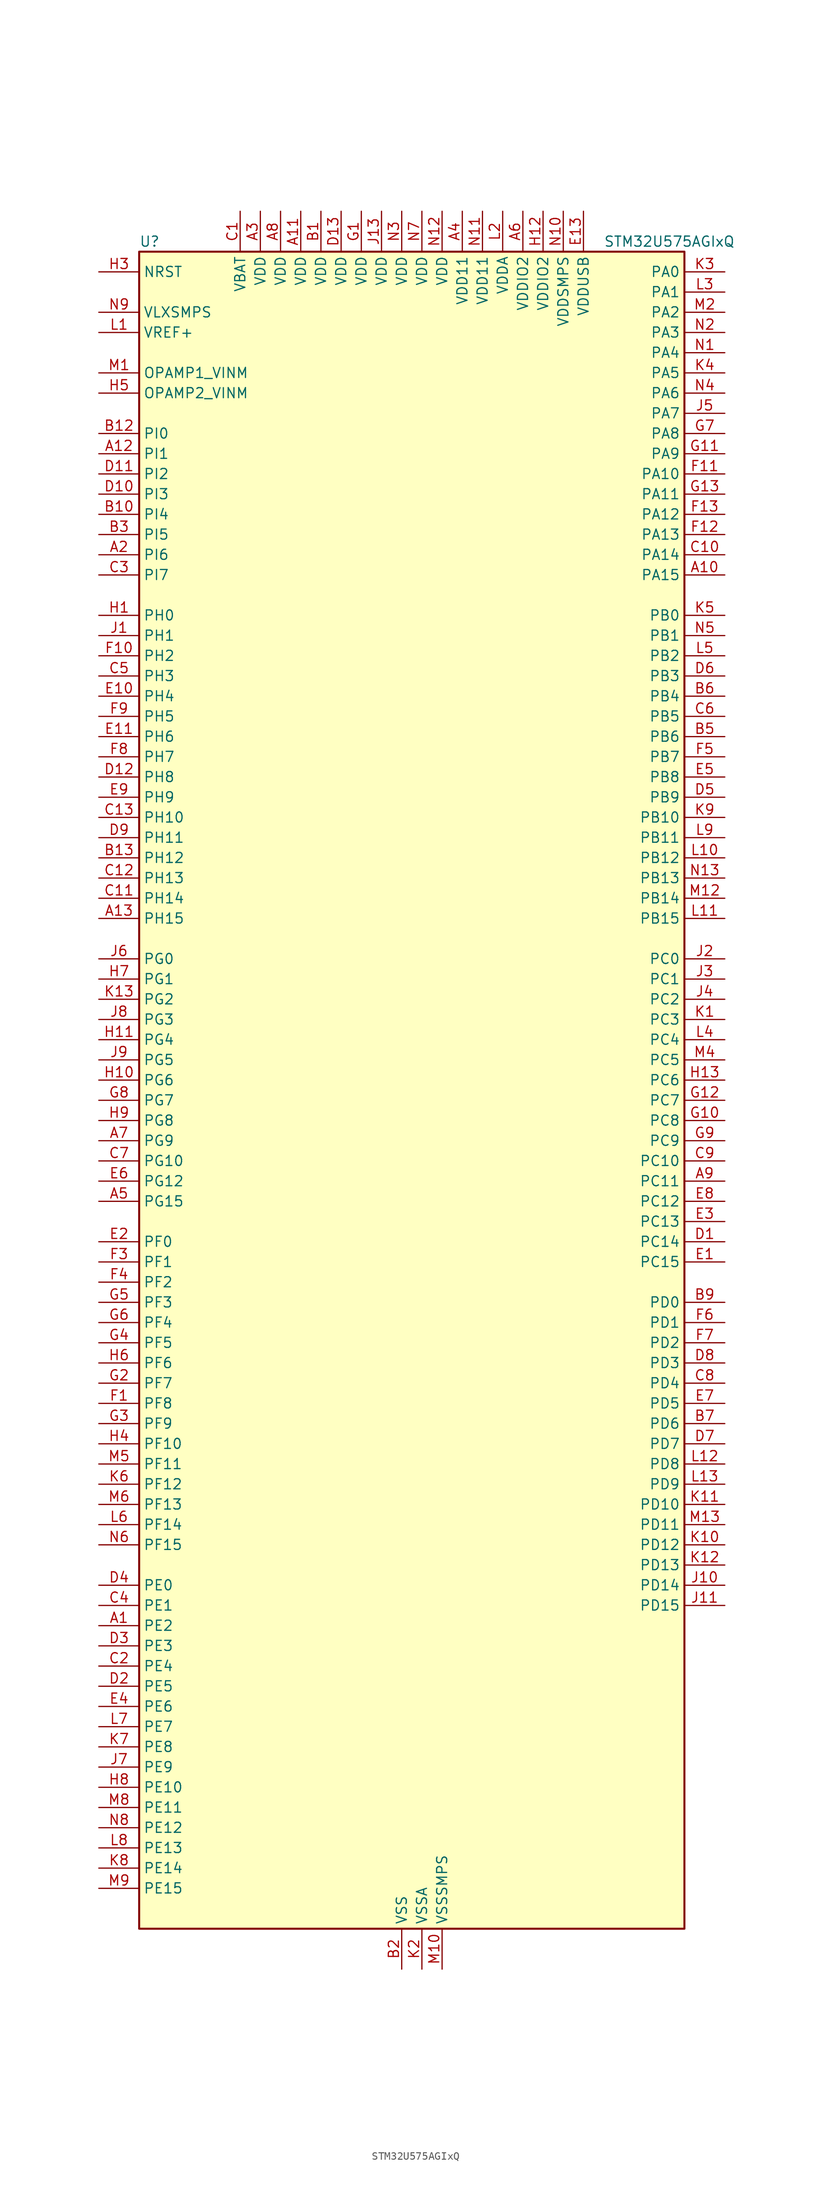
<source format=kicad_sym>
(kicad_symbol_lib
  (version 20220914)
  (generator kicad_symbol_editor)
  (symbol "STM32U575AGIxQ"
    (property "Reference" "U"
      (at -33.02 107.95 0)
      (effects (font (size 1.27 1.27)) (justify left)))
    (property "Value" "STM32U575AGIxQ"
      (at 25.4 107.95 0)
      (effects (font (size 1.27 1.27)) (justify left)))
    (property "ki_locked" ""
      (at 0 0 0)
      (effects (font (size 1.27 1.27))))
    (symbol "STM32U575AGIxQ_0_1"
      (rectangle (start -33.02 -104.14) (end 35.56 106.68) (stroke (width 0.254) (type default)) (fill (type background))))
    (symbol "STM32U575AGIxQ_1_1"
      (pin bidirectional line (at -38.1 -66.04 0) (length 5.08) (name "PE2" (effects (font (size 1.27 1.27)))) (number "A1" (effects (font (size 1.27 1.27)))) (alternate "DEBUG_TRACECLK" bidirectional line) (alternate "FMC_A23" bidirectional line) (alternate "SAI1_CK1" bidirectional line) (alternate "SAI1_MCLK_A" bidirectional line) (alternate "TIM3_ETR" bidirectional line) (alternate "TSC_G7_IO1" bidirectional line))
      (pin bidirectional line (at 40.64 66.04 180) (length 5.08) (name "PA15" (effects (font (size 1.27 1.27)))) (number "A10" (effects (font (size 1.27 1.27)))) (alternate "ADC1_EXTI15" bidirectional line) (alternate "ADC4_EXTI15" bidirectional line) (alternate "DEBUG_JTDI" bidirectional line) (alternate "SAI2_FS_B" bidirectional line) (alternate "SPI1_NSS" bidirectional line) (alternate "SPI3_NSS" bidirectional line) (alternate "TIM2_CH1" bidirectional line) (alternate "TIM2_ETR" bidirectional line) (alternate "UART4_DE" bidirectional line) (alternate "UART4_RTS" bidirectional line) (alternate "UCPD1_CC1" bidirectional line) (alternate "USART2_RX" bidirectional line) (alternate "USART3_DE" bidirectional line) (alternate "USART3_RTS" bidirectional line))
      (pin power_in line (at -12.7 111.76 270) (length 5.08) (name "VDD" (effects (font (size 1.27 1.27)))) (number "A11" (effects (font (size 1.27 1.27)))))
      (pin bidirectional line (at -38.1 81.28 0) (length 5.08) (name "PI1" (effects (font (size 1.27 1.27)))) (number "A12" (effects (font (size 1.27 1.27)))) (alternate "DCMI_D8" bidirectional line) (alternate "OCTOSPIM_P2_IO2" bidirectional line) (alternate "PSSI_D8" bidirectional line) (alternate "SPI2_SCK" bidirectional line))
      (pin bidirectional line (at -38.1 22.86 0) (length 5.08) (name "PH15" (effects (font (size 1.27 1.27)))) (number "A13" (effects (font (size 1.27 1.27)))) (alternate "ADC1_EXTI15" bidirectional line) (alternate "ADC4_EXTI15" bidirectional line) (alternate "DCMI_D11" bidirectional line) (alternate "OCTOSPIM_P2_IO6" bidirectional line) (alternate "PSSI_D11" bidirectional line) (alternate "TIM8_CH3N" bidirectional line))
      (pin bidirectional line (at -38.1 68.58 0) (length 5.08) (name "PI6" (effects (font (size 1.27 1.27)))) (number "A2" (effects (font (size 1.27 1.27)))) (alternate "DCMI_D6" bidirectional line) (alternate "OCTOSPIM_P2_CLK" bidirectional line) (alternate "PSSI_D6" bidirectional line) (alternate "TIM8_CH2" bidirectional line))
      (pin power_in line (at -17.78 111.76 270) (length 5.08) (name "VDD" (effects (font (size 1.27 1.27)))) (number "A3" (effects (font (size 1.27 1.27)))))
      (pin power_in line (at 7.62 111.76 270) (length 5.08) (name "VDD11" (effects (font (size 1.27 1.27)))) (number "A4" (effects (font (size 1.27 1.27)))))
      (pin bidirectional line (at -38.1 -12.7 0) (length 5.08) (name "PG15" (effects (font (size 1.27 1.27)))) (number "A5" (effects (font (size 1.27 1.27)))) (alternate "ADC1_EXTI15" bidirectional line) (alternate "ADC4_EXTI15" bidirectional line) (alternate "DCMI_D13" bidirectional line) (alternate "I2C1_SMBA" bidirectional line) (alternate "LPTIM1_CH1" bidirectional line) (alternate "OCTOSPIM_P2_DQS" bidirectional line) (alternate "PSSI_D13" bidirectional line))
      (pin power_in line (at 15.24 111.76 270) (length 5.08) (name "VDDIO2" (effects (font (size 1.27 1.27)))) (number "A6" (effects (font (size 1.27 1.27)))))
      (pin bidirectional line (at -38.1 -5.08 0) (length 5.08) (name "PG9" (effects (font (size 1.27 1.27)))) (number "A7" (effects (font (size 1.27 1.27)))) (alternate "DAC1_EXTI9" bidirectional line) (alternate "FMC_NCE" bidirectional line) (alternate "FMC_NE2" bidirectional line) (alternate "OCTOSPIM_P2_IO6" bidirectional line) (alternate "SAI2_SCK_A" bidirectional line) (alternate "SPI3_SCK" bidirectional line) (alternate "TIM15_CH1N" bidirectional line) (alternate "USART1_TX" bidirectional line))
      (pin power_in line (at -15.24 111.76 270) (length 5.08) (name "VDD" (effects (font (size 1.27 1.27)))) (number "A8" (effects (font (size 1.27 1.27)))))
      (pin bidirectional line (at 40.64 -10.16 180) (length 5.08) (name "PC11" (effects (font (size 1.27 1.27)))) (number "A9" (effects (font (size 1.27 1.27)))) (alternate "ADC1_EXTI11" bidirectional line) (alternate "ADF1_SDI0" bidirectional line) (alternate "DCMI_D2" bidirectional line) (alternate "DCMI_D4" bidirectional line) (alternate "LPTIM3_IN1" bidirectional line) (alternate "OCTOSPIM_P1_NCS" bidirectional line) (alternate "PSSI_D2" bidirectional line) (alternate "PSSI_D4" bidirectional line) (alternate "SAI2_MCLK_B" bidirectional line) (alternate "SDMMC1_D3" bidirectional line) (alternate "SPI3_MISO" bidirectional line) (alternate "TSC_G3_IO3" bidirectional line) (alternate "UART4_RX" bidirectional line) (alternate "UCPD1_FRSTX2" bidirectional line) (alternate "USART3_RX" bidirectional line))
      (pin power_in line (at -10.16 111.76 270) (length 5.08) (name "VDD" (effects (font (size 1.27 1.27)))) (number "B1" (effects (font (size 1.27 1.27)))))
      (pin bidirectional line (at -38.1 73.66 0) (length 5.08) (name "PI4" (effects (font (size 1.27 1.27)))) (number "B10" (effects (font (size 1.27 1.27)))) (alternate "DCMI_D5" bidirectional line) (alternate "PSSI_D5" bidirectional line) (alternate "SPI2_RDY" bidirectional line) (alternate "TIM8_BKIN" bidirectional line))
      (pin passive line (at 0 -109.22 90) (length 5.08) hide (name "VSS" (effects (font (size 1.27 1.27)))) (number "B11" (effects (font (size 1.27 1.27)))))
      (pin bidirectional line (at -38.1 83.82 0) (length 5.08) (name "PI0" (effects (font (size 1.27 1.27)))) (number "B12" (effects (font (size 1.27 1.27)))) (alternate "DCMI_D13" bidirectional line) (alternate "OCTOSPIM_P1_IO5" bidirectional line) (alternate "PSSI_D13" bidirectional line) (alternate "SPI2_NSS" bidirectional line) (alternate "TIM5_CH4" bidirectional line))
      (pin bidirectional line (at -38.1 30.48 0) (length 5.08) (name "PH12" (effects (font (size 1.27 1.27)))) (number "B13" (effects (font (size 1.27 1.27)))) (alternate "DCMI_D3" bidirectional line) (alternate "OCTOSPIM_P2_IO7" bidirectional line) (alternate "PSSI_D3" bidirectional line) (alternate "TIM5_CH3" bidirectional line) (alternate "TIM8_CH4N" bidirectional line))
      (pin power_in line (at 0 -109.22 90) (length 5.08) (name "VSS" (effects (font (size 1.27 1.27)))) (number "B2" (effects (font (size 1.27 1.27)))))
      (pin bidirectional line (at -38.1 71.12 0) (length 5.08) (name "PI5" (effects (font (size 1.27 1.27)))) (number "B3" (effects (font (size 1.27 1.27)))) (alternate "DCMI_VSYNC" bidirectional line) (alternate "OCTOSPIM_P2_NCS" bidirectional line) (alternate "PSSI_RDY" bidirectional line) (alternate "TIM8_CH1" bidirectional line))
      (pin passive line (at 0 -109.22 90) (length 5.08) hide (name "VSS" (effects (font (size 1.27 1.27)))) (number "B4" (effects (font (size 1.27 1.27)))))
      (pin bidirectional line (at 40.64 45.72 180) (length 5.08) (name "PB6" (effects (font (size 1.27 1.27)))) (number "B5" (effects (font (size 1.27 1.27)))) (alternate "COMP2_INP" bidirectional line) (alternate "DCMI_D5" bidirectional line) (alternate "I2C1_SCL" bidirectional line) (alternate "I2C4_SCL" bidirectional line) (alternate "LPTIM1_ETR" bidirectional line) (alternate "MDF1_SDI5" bidirectional line) (alternate "PSSI_D5" bidirectional line) (alternate "PWR_WKUP3" bidirectional line) (alternate "SAI1_FS_B" bidirectional line) (alternate "TIM16_CH1N" bidirectional line) (alternate "TIM4_CH1" bidirectional line) (alternate "TIM8_BKIN2" bidirectional line) (alternate "TSC_G2_IO3" bidirectional line) (alternate "USART1_TX" bidirectional line))
      (pin bidirectional line (at 40.64 50.8 180) (length 5.08) (name "PB4" (effects (font (size 1.27 1.27)))) (number "B6" (effects (font (size 1.27 1.27)))) (alternate "ADF1_SDI0" bidirectional line) (alternate "COMP2_INP" bidirectional line) (alternate "DCMI_D12" bidirectional line) (alternate "DEBUG_JTRST" bidirectional line) (alternate "I2C3_SDA" bidirectional line) (alternate "LPTIM1_CH2" bidirectional line) (alternate "PSSI_D12" bidirectional line) (alternate "SAI1_MCLK_B" bidirectional line) (alternate "SDMMC2_D3" bidirectional line) (alternate "SPI1_MISO" bidirectional line) (alternate "SPI3_MISO" bidirectional line) (alternate "TIM17_BKIN" bidirectional line) (alternate "TIM3_CH1" bidirectional line) (alternate "TSC_G2_IO1" bidirectional line) (alternate "UART5_DE" bidirectional line) (alternate "UART5_RTS" bidirectional line) (alternate "USART1_CTS" bidirectional line))
      (pin bidirectional line (at 40.64 -40.64 180) (length 5.08) (name "PD6" (effects (font (size 1.27 1.27)))) (number "B7" (effects (font (size 1.27 1.27)))) (alternate "DCMI_D10" bidirectional line) (alternate "FMC_NWAIT" bidirectional line) (alternate "MDF1_SDI1" bidirectional line) (alternate "OCTOSPIM_P1_IO6" bidirectional line) (alternate "PSSI_D10" bidirectional line) (alternate "SAI1_D1" bidirectional line) (alternate "SAI1_SD_A" bidirectional line) (alternate "SDMMC2_CK" bidirectional line) (alternate "SPI3_MOSI" bidirectional line) (alternate "USART2_RX" bidirectional line))
      (pin passive line (at 0 -109.22 90) (length 5.08) hide (name "VSS" (effects (font (size 1.27 1.27)))) (number "B8" (effects (font (size 1.27 1.27)))))
      (pin bidirectional line (at 40.64 -25.4 180) (length 5.08) (name "PD0" (effects (font (size 1.27 1.27)))) (number "B9" (effects (font (size 1.27 1.27)))) (alternate "FDCAN1_RX" bidirectional line) (alternate "FMC_D2" bidirectional line) (alternate "FMC_DA2" bidirectional line) (alternate "SPI2_NSS" bidirectional line) (alternate "TIM8_CH4N" bidirectional line))
      (pin power_in line (at -20.32 111.76 270) (length 5.08) (name "VBAT" (effects (font (size 1.27 1.27)))) (number "C1" (effects (font (size 1.27 1.27)))))
      (pin bidirectional line (at 40.64 68.58 180) (length 5.08) (name "PA14" (effects (font (size 1.27 1.27)))) (number "C10" (effects (font (size 1.27 1.27)))) (alternate "DEBUG_JTCK-SWCLK" bidirectional line) (alternate "I2C1_SMBA" bidirectional line) (alternate "I2C4_SMBA" bidirectional line) (alternate "LPTIM1_CH1" bidirectional line) (alternate "SAI1_FS_B" bidirectional line) (alternate "USB_OTG_FS_SOF" bidirectional line))
      (pin bidirectional line (at -38.1 25.4 0) (length 5.08) (name "PH14" (effects (font (size 1.27 1.27)))) (number "C11" (effects (font (size 1.27 1.27)))) (alternate "DCMI_D4" bidirectional line) (alternate "FDCAN1_RX" bidirectional line) (alternate "PSSI_D4" bidirectional line) (alternate "TIM8_CH2N" bidirectional line))
      (pin bidirectional line (at -38.1 27.94 0) (length 5.08) (name "PH13" (effects (font (size 1.27 1.27)))) (number "C12" (effects (font (size 1.27 1.27)))) (alternate "FDCAN1_TX" bidirectional line) (alternate "TIM8_CH1N" bidirectional line))
      (pin bidirectional line (at -38.1 35.56 0) (length 5.08) (name "PH10" (effects (font (size 1.27 1.27)))) (number "C13" (effects (font (size 1.27 1.27)))) (alternate "DCMI_D1" bidirectional line) (alternate "OCTOSPIM_P2_IO5" bidirectional line) (alternate "PSSI_D1" bidirectional line) (alternate "TIM5_CH1" bidirectional line))
      (pin bidirectional line (at -38.1 -71.12 0) (length 5.08) (name "PE4" (effects (font (size 1.27 1.27)))) (number "C2" (effects (font (size 1.27 1.27)))) (alternate "DCMI_D4" bidirectional line) (alternate "DEBUG_TRACED1" bidirectional line) (alternate "FMC_A20" bidirectional line) (alternate "MDF1_SDI3" bidirectional line) (alternate "PSSI_D4" bidirectional line) (alternate "PWR_WKUP1" bidirectional line) (alternate "SAI1_D2" bidirectional line) (alternate "SAI1_FS_A" bidirectional line) (alternate "TAMP_IN7" bidirectional line) (alternate "TAMP_OUT8" bidirectional line) (alternate "TIM3_CH2" bidirectional line) (alternate "TSC_G7_IO3" bidirectional line))
      (pin bidirectional line (at -38.1 66.04 0) (length 5.08) (name "PI7" (effects (font (size 1.27 1.27)))) (number "C3" (effects (font (size 1.27 1.27)))) (alternate "DCMI_D7" bidirectional line) (alternate "OCTOSPIM_P2_NCLK" bidirectional line) (alternate "PSSI_D7" bidirectional line) (alternate "TIM8_CH3" bidirectional line))
      (pin bidirectional line (at -38.1 -63.5 0) (length 5.08) (name "PE1" (effects (font (size 1.27 1.27)))) (number "C4" (effects (font (size 1.27 1.27)))) (alternate "DCMI_D3" bidirectional line) (alternate "FMC_NBL1" bidirectional line) (alternate "PSSI_D3" bidirectional line) (alternate "TIM17_CH1" bidirectional line))
      (pin bidirectional line (at -38.1 53.34 0) (length 5.08) (name "PH3" (effects (font (size 1.27 1.27)))) (number "C5" (effects (font (size 1.27 1.27)))))
      (pin bidirectional line (at 40.64 48.26 180) (length 5.08) (name "PB5" (effects (font (size 1.27 1.27)))) (number "C6" (effects (font (size 1.27 1.27)))) (alternate "COMP2_OUT" bidirectional line) (alternate "DCMI_D10" bidirectional line) (alternate "I2C1_SMBA" bidirectional line) (alternate "LPTIM1_IN1" bidirectional line) (alternate "OCTOSPIM_P1_NCLK" bidirectional line) (alternate "PSSI_D10" bidirectional line) (alternate "PWR_WKUP6" bidirectional line) (alternate "SAI1_SD_B" bidirectional line) (alternate "SPI1_MOSI" bidirectional line) (alternate "SPI3_MOSI" bidirectional line) (alternate "TIM16_BKIN" bidirectional line) (alternate "TIM3_CH2" bidirectional line) (alternate "TSC_G2_IO2" bidirectional line) (alternate "UART5_CTS" bidirectional line) (alternate "UCPD1_DBCC1" bidirectional line) (alternate "USART1_CK" bidirectional line))
      (pin bidirectional line (at -38.1 -7.62 0) (length 5.08) (name "PG10" (effects (font (size 1.27 1.27)))) (number "C7" (effects (font (size 1.27 1.27)))) (alternate "FMC_NE3" bidirectional line) (alternate "LPTIM1_IN1" bidirectional line) (alternate "OCTOSPIM_P2_IO7" bidirectional line) (alternate "SAI2_FS_A" bidirectional line) (alternate "SPI3_MISO" bidirectional line) (alternate "TIM15_CH1" bidirectional line) (alternate "USART1_RX" bidirectional line))
      (pin bidirectional line (at 40.64 -35.56 180) (length 5.08) (name "PD4" (effects (font (size 1.27 1.27)))) (number "C8" (effects (font (size 1.27 1.27)))) (alternate "FMC_NOE" bidirectional line) (alternate "MDF1_CKI0" bidirectional line) (alternate "OCTOSPIM_P1_IO4" bidirectional line) (alternate "SPI2_MOSI" bidirectional line) (alternate "USART2_DE" bidirectional line) (alternate "USART2_RTS" bidirectional line))
      (pin bidirectional line (at 40.64 -7.62 180) (length 5.08) (name "PC10" (effects (font (size 1.27 1.27)))) (number "C9" (effects (font (size 1.27 1.27)))) (alternate "ADF1_CCK1" bidirectional line) (alternate "DCMI_D8" bidirectional line) (alternate "DEBUG_TRACED1" bidirectional line) (alternate "LPTIM3_ETR" bidirectional line) (alternate "PSSI_D8" bidirectional line) (alternate "SAI2_SCK_B" bidirectional line) (alternate "SDMMC1_D2" bidirectional line) (alternate "SPI3_SCK" bidirectional line) (alternate "TSC_G3_IO2" bidirectional line) (alternate "UART4_TX" bidirectional line) (alternate "USART3_TX" bidirectional line))
      (pin bidirectional line (at 40.64 -17.78 180) (length 5.08) (name "PC14" (effects (font (size 1.27 1.27)))) (number "D1" (effects (font (size 1.27 1.27)))) (alternate "RCC_OSC32_IN" bidirectional line))
      (pin bidirectional line (at -38.1 76.2 0) (length 5.08) (name "PI3" (effects (font (size 1.27 1.27)))) (number "D10" (effects (font (size 1.27 1.27)))) (alternate "DCMI_D10" bidirectional line) (alternate "OCTOSPIM_P2_IO0" bidirectional line) (alternate "PSSI_D10" bidirectional line) (alternate "SPI2_MOSI" bidirectional line) (alternate "TIM8_ETR" bidirectional line))
      (pin bidirectional line (at -38.1 78.74 0) (length 5.08) (name "PI2" (effects (font (size 1.27 1.27)))) (number "D11" (effects (font (size 1.27 1.27)))) (alternate "DCMI_D9" bidirectional line) (alternate "OCTOSPIM_P2_IO1" bidirectional line) (alternate "PSSI_D9" bidirectional line) (alternate "SPI2_MISO" bidirectional line) (alternate "TIM8_CH4" bidirectional line))
      (pin bidirectional line (at -38.1 40.64 0) (length 5.08) (name "PH8" (effects (font (size 1.27 1.27)))) (number "D12" (effects (font (size 1.27 1.27)))) (alternate "DCMI_HSYNC" bidirectional line) (alternate "I2C3_SDA" bidirectional line) (alternate "OCTOSPIM_P2_IO3" bidirectional line) (alternate "PSSI_DE" bidirectional line))
      (pin power_in line (at -7.62 111.76 270) (length 5.08) (name "VDD" (effects (font (size 1.27 1.27)))) (number "D13" (effects (font (size 1.27 1.27)))))
      (pin bidirectional line (at -38.1 -73.66 0) (length 5.08) (name "PE5" (effects (font (size 1.27 1.27)))) (number "D2" (effects (font (size 1.27 1.27)))) (alternate "DCMI_D6" bidirectional line) (alternate "DEBUG_TRACED2" bidirectional line) (alternate "FMC_A21" bidirectional line) (alternate "MDF1_CKI3" bidirectional line) (alternate "PSSI_D6" bidirectional line) (alternate "PWR_WKUP2" bidirectional line) (alternate "SAI1_CK2" bidirectional line) (alternate "SAI1_SCK_A" bidirectional line) (alternate "TAMP_IN8" bidirectional line) (alternate "TAMP_OUT7" bidirectional line) (alternate "TIM3_CH3" bidirectional line) (alternate "TSC_G7_IO4" bidirectional line))
      (pin bidirectional line (at -38.1 -68.58 0) (length 5.08) (name "PE3" (effects (font (size 1.27 1.27)))) (number "D3" (effects (font (size 1.27 1.27)))) (alternate "DEBUG_TRACED0" bidirectional line) (alternate "FMC_A19" bidirectional line) (alternate "OCTOSPIM_P1_DQS" bidirectional line) (alternate "SAI1_SD_B" bidirectional line) (alternate "TAMP_IN6" bidirectional line) (alternate "TAMP_OUT3" bidirectional line) (alternate "TIM3_CH1" bidirectional line) (alternate "TSC_G7_IO2" bidirectional line))
      (pin bidirectional line (at -38.1 -60.96 0) (length 5.08) (name "PE0" (effects (font (size 1.27 1.27)))) (number "D4" (effects (font (size 1.27 1.27)))) (alternate "DCMI_D2" bidirectional line) (alternate "FMC_NBL0" bidirectional line) (alternate "PSSI_D2" bidirectional line) (alternate "TIM16_CH1" bidirectional line) (alternate "TIM4_ETR" bidirectional line))
      (pin bidirectional line (at 40.64 38.1 180) (length 5.08) (name "PB9" (effects (font (size 1.27 1.27)))) (number "D5" (effects (font (size 1.27 1.27)))) (alternate "DAC1_EXTI9" bidirectional line) (alternate "DCMI_D7" bidirectional line) (alternate "FDCAN1_TX" bidirectional line) (alternate "I2C1_SDA" bidirectional line) (alternate "IR_OUT" bidirectional line) (alternate "PSSI_D7" bidirectional line) (alternate "SAI1_D2" bidirectional line) (alternate "SAI1_FS_A" bidirectional line) (alternate "SDMMC1_CDIR" bidirectional line) (alternate "SDMMC1_D5" bidirectional line) (alternate "SDMMC2_D5" bidirectional line) (alternate "SPI2_NSS" bidirectional line) (alternate "TIM17_CH1" bidirectional line) (alternate "TIM4_CH4" bidirectional line))
      (pin bidirectional line (at 40.64 53.34 180) (length 5.08) (name "PB3" (effects (font (size 1.27 1.27)))) (number "D6" (effects (font (size 1.27 1.27)))) (alternate "ADF1_CCK0" bidirectional line) (alternate "COMP2_INM" bidirectional line) (alternate "CRS_SYNC" bidirectional line) (alternate "DEBUG_JTDO-SWO" bidirectional line) (alternate "I2C1_SDA" bidirectional line) (alternate "LPTIM1_CH1" bidirectional line) (alternate "SAI1_SCK_B" bidirectional line) (alternate "SDMMC2_D2" bidirectional line) (alternate "SPI1_SCK" bidirectional line) (alternate "SPI3_SCK" bidirectional line) (alternate "TIM2_CH2" bidirectional line) (alternate "USART1_DE" bidirectional line) (alternate "USART1_RTS" bidirectional line))
      (pin bidirectional line (at 40.64 -43.18 180) (length 5.08) (name "PD7" (effects (font (size 1.27 1.27)))) (number "D7" (effects (font (size 1.27 1.27)))) (alternate "FMC_NCE" bidirectional line) (alternate "FMC_NE1" bidirectional line) (alternate "LPTIM4_OUT" bidirectional line) (alternate "MDF1_CKI1" bidirectional line) (alternate "OCTOSPIM_P1_IO7" bidirectional line) (alternate "SDMMC2_CMD" bidirectional line) (alternate "USART2_CK" bidirectional line))
      (pin bidirectional line (at 40.64 -33.02 180) (length 5.08) (name "PD3" (effects (font (size 1.27 1.27)))) (number "D8" (effects (font (size 1.27 1.27)))) (alternate "DCMI_D5" bidirectional line) (alternate "FMC_CLK" bidirectional line) (alternate "MDF1_SDI0" bidirectional line) (alternate "OCTOSPIM_P2_NCS" bidirectional line) (alternate "PSSI_D5" bidirectional line) (alternate "SPI2_MISO" bidirectional line) (alternate "SPI2_SCK" bidirectional line) (alternate "USART2_CTS" bidirectional line))
      (pin bidirectional line (at -38.1 33.02 0) (length 5.08) (name "PH11" (effects (font (size 1.27 1.27)))) (number "D9" (effects (font (size 1.27 1.27)))) (alternate "ADC1_EXTI11" bidirectional line) (alternate "DCMI_D2" bidirectional line) (alternate "OCTOSPIM_P2_IO6" bidirectional line) (alternate "PSSI_D2" bidirectional line) (alternate "TIM5_CH2" bidirectional line))
      (pin bidirectional line (at 40.64 -20.32 180) (length 5.08) (name "PC15" (effects (font (size 1.27 1.27)))) (number "E1" (effects (font (size 1.27 1.27)))) (alternate "ADC1_EXTI15" bidirectional line) (alternate "ADC4_EXTI15" bidirectional line) (alternate "RCC_OSC32_OUT" bidirectional line))
      (pin bidirectional line (at -38.1 50.8 0) (length 5.08) (name "PH4" (effects (font (size 1.27 1.27)))) (number "E10" (effects (font (size 1.27 1.27)))) (alternate "I2C2_SCL" bidirectional line) (alternate "OCTOSPIM_P2_DQS" bidirectional line) (alternate "PSSI_D14" bidirectional line))
      (pin bidirectional line (at -38.1 45.72 0) (length 5.08) (name "PH6" (effects (font (size 1.27 1.27)))) (number "E11" (effects (font (size 1.27 1.27)))) (alternate "DCMI_D8" bidirectional line) (alternate "I2C2_SMBA" bidirectional line) (alternate "OCTOSPIM_P2_CLK" bidirectional line) (alternate "PSSI_D8" bidirectional line))
      (pin passive line (at 0 -109.22 90) (length 5.08) hide (name "VSS" (effects (font (size 1.27 1.27)))) (number "E12" (effects (font (size 1.27 1.27)))))
      (pin power_in line (at 22.86 111.76 270) (length 5.08) (name "VDDUSB" (effects (font (size 1.27 1.27)))) (number "E13" (effects (font (size 1.27 1.27)))))
      (pin bidirectional line (at -38.1 -17.78 0) (length 5.08) (name "PF0" (effects (font (size 1.27 1.27)))) (number "E2" (effects (font (size 1.27 1.27)))) (alternate "FMC_A0" bidirectional line) (alternate "I2C2_SDA" bidirectional line) (alternate "OCTOSPIM_P2_IO0" bidirectional line))
      (pin bidirectional line (at 40.64 -15.24 180) (length 5.08) (name "PC13" (effects (font (size 1.27 1.27)))) (number "E3" (effects (font (size 1.27 1.27)))) (alternate "PWR_WKUP2" bidirectional line) (alternate "RTC_OUT1" bidirectional line) (alternate "RTC_TS" bidirectional line) (alternate "TAMP_IN1" bidirectional line) (alternate "TAMP_OUT2" bidirectional line))
      (pin bidirectional line (at -38.1 -76.2 0) (length 5.08) (name "PE6" (effects (font (size 1.27 1.27)))) (number "E4" (effects (font (size 1.27 1.27)))) (alternate "DCMI_D7" bidirectional line) (alternate "DEBUG_TRACED3" bidirectional line) (alternate "FMC_A22" bidirectional line) (alternate "PSSI_D7" bidirectional line) (alternate "PWR_WKUP3" bidirectional line) (alternate "SAI1_D1" bidirectional line) (alternate "SAI1_SD_A" bidirectional line) (alternate "TAMP_IN3" bidirectional line) (alternate "TAMP_OUT6" bidirectional line) (alternate "TIM3_CH4" bidirectional line))
      (pin bidirectional line (at 40.64 40.64 180) (length 5.08) (name "PB8" (effects (font (size 1.27 1.27)))) (number "E5" (effects (font (size 1.27 1.27)))) (alternate "DCMI_D6" bidirectional line) (alternate "FDCAN1_RX" bidirectional line) (alternate "I2C1_SCL" bidirectional line) (alternate "MDF1_CCK0" bidirectional line) (alternate "PSSI_D6" bidirectional line) (alternate "PWR_WKUP5" bidirectional line) (alternate "SAI1_CK1" bidirectional line) (alternate "SAI1_MCLK_A" bidirectional line) (alternate "SDMMC1_CKIN" bidirectional line) (alternate "SDMMC1_D4" bidirectional line) (alternate "SDMMC2_D4" bidirectional line) (alternate "SPI3_RDY" bidirectional line) (alternate "TIM16_CH1" bidirectional line) (alternate "TIM4_CH3" bidirectional line))
      (pin bidirectional line (at -38.1 -10.16 0) (length 5.08) (name "PG12" (effects (font (size 1.27 1.27)))) (number "E6" (effects (font (size 1.27 1.27)))) (alternate "FMC_NE4" bidirectional line) (alternate "LPTIM1_ETR" bidirectional line) (alternate "OCTOSPIM_P2_NCS" bidirectional line) (alternate "SAI2_SD_A" bidirectional line) (alternate "SPI3_NSS" bidirectional line) (alternate "USART1_DE" bidirectional line) (alternate "USART1_RTS" bidirectional line))
      (pin bidirectional line (at 40.64 -38.1 180) (length 5.08) (name "PD5" (effects (font (size 1.27 1.27)))) (number "E7" (effects (font (size 1.27 1.27)))) (alternate "FMC_NWE" bidirectional line) (alternate "OCTOSPIM_P1_IO5" bidirectional line) (alternate "SPI2_RDY" bidirectional line) (alternate "USART2_TX" bidirectional line))
      (pin bidirectional line (at 40.64 -12.7 180) (length 5.08) (name "PC12" (effects (font (size 1.27 1.27)))) (number "E8" (effects (font (size 1.27 1.27)))) (alternate "DCMI_D9" bidirectional line) (alternate "DEBUG_TRACED3" bidirectional line) (alternate "PSSI_D9" bidirectional line) (alternate "SAI2_SD_B" bidirectional line) (alternate "SDMMC1_CK" bidirectional line) (alternate "SPI3_MOSI" bidirectional line) (alternate "TSC_G3_IO4" bidirectional line) (alternate "UART5_TX" bidirectional line) (alternate "USART3_CK" bidirectional line))
      (pin bidirectional line (at -38.1 38.1 0) (length 5.08) (name "PH9" (effects (font (size 1.27 1.27)))) (number "E9" (effects (font (size 1.27 1.27)))) (alternate "DAC1_EXTI9" bidirectional line) (alternate "DCMI_D0" bidirectional line) (alternate "I2C3_SMBA" bidirectional line) (alternate "OCTOSPIM_P2_IO4" bidirectional line) (alternate "PSSI_D0" bidirectional line))
      (pin bidirectional line (at -38.1 -38.1 0) (length 5.08) (name "PF8" (effects (font (size 1.27 1.27)))) (number "F1" (effects (font (size 1.27 1.27)))) (alternate "FDCAN1_TX" bidirectional line) (alternate "OCTOSPIM_P1_IO0" bidirectional line) (alternate "PSSI_D14" bidirectional line) (alternate "SAI1_SCK_B" bidirectional line) (alternate "TIM5_CH3" bidirectional line))
      (pin bidirectional line (at -38.1 55.88 0) (length 5.08) (name "PH2" (effects (font (size 1.27 1.27)))) (number "F10" (effects (font (size 1.27 1.27)))) (alternate "OCTOSPIM_P1_IO4" bidirectional line))
      (pin bidirectional line (at 40.64 78.74 180) (length 5.08) (name "PA10" (effects (font (size 1.27 1.27)))) (number "F11" (effects (font (size 1.27 1.27)))) (alternate "CRS_SYNC" bidirectional line) (alternate "DCMI_D1" bidirectional line) (alternate "LPTIM2_IN2" bidirectional line) (alternate "PSSI_D1" bidirectional line) (alternate "SAI1_D1" bidirectional line) (alternate "SAI1_SD_A" bidirectional line) (alternate "TIM17_BKIN" bidirectional line) (alternate "TIM1_CH3" bidirectional line) (alternate "USART1_RX" bidirectional line) (alternate "USB_OTG_FS_ID" bidirectional line))
      (pin bidirectional line (at 40.64 71.12 180) (length 5.08) (name "PA13" (effects (font (size 1.27 1.27)))) (number "F12" (effects (font (size 1.27 1.27)))) (alternate "DEBUG_JTMS-SWDIO" bidirectional line) (alternate "IR_OUT" bidirectional line) (alternate "SAI1_SD_B" bidirectional line) (alternate "USB_OTG_FS_NOE" bidirectional line))
      (pin bidirectional line (at 40.64 73.66 180) (length 5.08) (name "PA12" (effects (font (size 1.27 1.27)))) (number "F13" (effects (font (size 1.27 1.27)))) (alternate "FDCAN1_TX" bidirectional line) (alternate "OCTOSPIM_P2_NCS" bidirectional line) (alternate "SPI1_MOSI" bidirectional line) (alternate "TIM1_ETR" bidirectional line) (alternate "USART1_DE" bidirectional line) (alternate "USART1_RTS" bidirectional line) (alternate "USB_OTG_FS_DP" bidirectional line))
      (pin passive line (at 0 -109.22 90) (length 5.08) hide (name "VSS" (effects (font (size 1.27 1.27)))) (number "F2" (effects (font (size 1.27 1.27)))))
      (pin bidirectional line (at -38.1 -20.32 0) (length 5.08) (name "PF1" (effects (font (size 1.27 1.27)))) (number "F3" (effects (font (size 1.27 1.27)))) (alternate "FMC_A1" bidirectional line) (alternate "I2C2_SCL" bidirectional line) (alternate "OCTOSPIM_P2_IO1" bidirectional line))
      (pin bidirectional line (at -38.1 -22.86 0) (length 5.08) (name "PF2" (effects (font (size 1.27 1.27)))) (number "F4" (effects (font (size 1.27 1.27)))) (alternate "FMC_A2" bidirectional line) (alternate "I2C2_SMBA" bidirectional line) (alternate "LPTIM3_CH2" bidirectional line) (alternate "OCTOSPIM_P2_IO2" bidirectional line) (alternate "PWR_WKUP8" bidirectional line))
      (pin bidirectional line (at 40.64 43.18 180) (length 5.08) (name "PB7" (effects (font (size 1.27 1.27)))) (number "F5" (effects (font (size 1.27 1.27)))) (alternate "COMP2_INM" bidirectional line) (alternate "DCMI_VSYNC" bidirectional line) (alternate "FMC_NL" bidirectional line) (alternate "I2C1_SDA" bidirectional line) (alternate "I2C4_SDA" bidirectional line) (alternate "LPTIM1_IN2" bidirectional line) (alternate "MDF1_CKI5" bidirectional line) (alternate "PSSI_RDY" bidirectional line) (alternate "PWR_PVD_IN" bidirectional line) (alternate "PWR_WKUP4" bidirectional line) (alternate "TIM17_CH1N" bidirectional line) (alternate "TIM4_CH2" bidirectional line) (alternate "TIM8_BKIN" bidirectional line) (alternate "TSC_G2_IO4" bidirectional line) (alternate "UART4_CTS" bidirectional line) (alternate "USART1_RX" bidirectional line))
      (pin bidirectional line (at 40.64 -27.94 180) (length 5.08) (name "PD1" (effects (font (size 1.27 1.27)))) (number "F6" (effects (font (size 1.27 1.27)))) (alternate "FDCAN1_TX" bidirectional line) (alternate "FMC_D3" bidirectional line) (alternate "FMC_DA3" bidirectional line) (alternate "SPI2_SCK" bidirectional line))
      (pin bidirectional line (at 40.64 -30.48 180) (length 5.08) (name "PD2" (effects (font (size 1.27 1.27)))) (number "F7" (effects (font (size 1.27 1.27)))) (alternate "DCMI_D11" bidirectional line) (alternate "DEBUG_TRACED2" bidirectional line) (alternate "LPTIM4_ETR" bidirectional line) (alternate "PSSI_D11" bidirectional line) (alternate "SDMMC1_CMD" bidirectional line) (alternate "TIM3_ETR" bidirectional line) (alternate "TSC_SYNC" bidirectional line) (alternate "UART5_RX" bidirectional line) (alternate "USART3_DE" bidirectional line) (alternate "USART3_RTS" bidirectional line))
      (pin bidirectional line (at -38.1 43.18 0) (length 5.08) (name "PH7" (effects (font (size 1.27 1.27)))) (number "F8" (effects (font (size 1.27 1.27)))) (alternate "DCMI_D9" bidirectional line) (alternate "I2C3_SCL" bidirectional line) (alternate "OCTOSPIM_P2_NCLK" bidirectional line) (alternate "PSSI_D9" bidirectional line))
      (pin bidirectional line (at -38.1 48.26 0) (length 5.08) (name "PH5" (effects (font (size 1.27 1.27)))) (number "F9" (effects (font (size 1.27 1.27)))) (alternate "DCMI_PIXCLK" bidirectional line) (alternate "I2C2_SDA" bidirectional line) (alternate "PSSI_PDCK" bidirectional line))
      (pin power_in line (at -5.08 111.76 270) (length 5.08) (name "VDD" (effects (font (size 1.27 1.27)))) (number "G1" (effects (font (size 1.27 1.27)))))
      (pin bidirectional line (at 40.64 -2.54 180) (length 5.08) (name "PC8" (effects (font (size 1.27 1.27)))) (number "G10" (effects (font (size 1.27 1.27)))) (alternate "DCMI_D2" bidirectional line) (alternate "LPTIM3_CH1" bidirectional line) (alternate "PSSI_D2" bidirectional line) (alternate "PWR_SRDSTOP" bidirectional line) (alternate "SDMMC1_D0" bidirectional line) (alternate "TIM3_CH3" bidirectional line) (alternate "TIM8_CH3" bidirectional line) (alternate "TSC_G4_IO3" bidirectional line))
      (pin bidirectional line (at 40.64 81.28 180) (length 5.08) (name "PA9" (effects (font (size 1.27 1.27)))) (number "G11" (effects (font (size 1.27 1.27)))) (alternate "DAC1_EXTI9" bidirectional line) (alternate "DCMI_D0" bidirectional line) (alternate "PSSI_D0" bidirectional line) (alternate "SAI1_FS_A" bidirectional line) (alternate "SPI2_SCK" bidirectional line) (alternate "TIM15_BKIN" bidirectional line) (alternate "TIM1_CH2" bidirectional line) (alternate "USART1_TX" bidirectional line) (alternate "USB_OTG_FS_VBUS" bidirectional line))
      (pin bidirectional line (at 40.64 0 180) (length 5.08) (name "PC7" (effects (font (size 1.27 1.27)))) (number "G12" (effects (font (size 1.27 1.27)))) (alternate "DCMI_D1" bidirectional line) (alternate "LPTIM2_CH2" bidirectional line) (alternate "MDF1_SDI3" bidirectional line) (alternate "PSSI_D1" bidirectional line) (alternate "PWR_CDSTOP" bidirectional line) (alternate "SAI2_MCLK_B" bidirectional line) (alternate "SDMMC1_D123DIR" bidirectional line) (alternate "SDMMC1_D7" bidirectional line) (alternate "SDMMC2_D7" bidirectional line) (alternate "TIM3_CH2" bidirectional line) (alternate "TIM8_CH2" bidirectional line) (alternate "TSC_G4_IO2" bidirectional line))
      (pin bidirectional line (at 40.64 76.2 180) (length 5.08) (name "PA11" (effects (font (size 1.27 1.27)))) (number "G13" (effects (font (size 1.27 1.27)))) (alternate "ADC1_EXTI11" bidirectional line) (alternate "FDCAN1_RX" bidirectional line) (alternate "SPI1_MISO" bidirectional line) (alternate "TIM1_BKIN2" bidirectional line) (alternate "TIM1_CH4" bidirectional line) (alternate "USART1_CTS" bidirectional line) (alternate "USB_OTG_FS_DM" bidirectional line))
      (pin bidirectional line (at -38.1 -35.56 0) (length 5.08) (name "PF7" (effects (font (size 1.27 1.27)))) (number "G2" (effects (font (size 1.27 1.27)))) (alternate "FDCAN1_RX" bidirectional line) (alternate "OCTOSPIM_P1_IO2" bidirectional line) (alternate "SAI1_MCLK_B" bidirectional line) (alternate "TIM5_CH2" bidirectional line))
      (pin bidirectional line (at -38.1 -40.64 0) (length 5.08) (name "PF9" (effects (font (size 1.27 1.27)))) (number "G3" (effects (font (size 1.27 1.27)))) (alternate "DAC1_EXTI9" bidirectional line) (alternate "OCTOSPIM_P1_IO1" bidirectional line) (alternate "PSSI_D15" bidirectional line) (alternate "SAI1_FS_B" bidirectional line) (alternate "TIM15_CH1" bidirectional line) (alternate "TIM5_CH4" bidirectional line))
      (pin bidirectional line (at -38.1 -30.48 0) (length 5.08) (name "PF5" (effects (font (size 1.27 1.27)))) (number "G4" (effects (font (size 1.27 1.27)))) (alternate "FMC_A5" bidirectional line) (alternate "LPTIM3_CH1" bidirectional line) (alternate "OCTOSPIM_P2_NCLK" bidirectional line))
      (pin bidirectional line (at -38.1 -25.4 0) (length 5.08) (name "PF3" (effects (font (size 1.27 1.27)))) (number "G5" (effects (font (size 1.27 1.27)))) (alternate "FMC_A3" bidirectional line) (alternate "LPTIM3_IN1" bidirectional line) (alternate "OCTOSPIM_P2_IO3" bidirectional line))
      (pin bidirectional line (at -38.1 -27.94 0) (length 5.08) (name "PF4" (effects (font (size 1.27 1.27)))) (number "G6" (effects (font (size 1.27 1.27)))) (alternate "FMC_A4" bidirectional line) (alternate "LPTIM3_ETR" bidirectional line) (alternate "OCTOSPIM_P2_CLK" bidirectional line))
      (pin bidirectional line (at 40.64 83.82 180) (length 5.08) (name "PA8" (effects (font (size 1.27 1.27)))) (number "G7" (effects (font (size 1.27 1.27)))) (alternate "DEBUG_TRACECLK" bidirectional line) (alternate "LPTIM2_CH1" bidirectional line) (alternate "RCC_MCO" bidirectional line) (alternate "SAI1_CK2" bidirectional line) (alternate "SAI1_SCK_A" bidirectional line) (alternate "SPI1_RDY" bidirectional line) (alternate "TIM1_CH1" bidirectional line) (alternate "USART1_CK" bidirectional line) (alternate "USB_OTG_FS_SOF" bidirectional line))
      (pin bidirectional line (at -38.1 0 0) (length 5.08) (name "PG7" (effects (font (size 1.27 1.27)))) (number "G8" (effects (font (size 1.27 1.27)))) (alternate "FMC_INT" bidirectional line) (alternate "I2C3_SCL" bidirectional line) (alternate "LPUART1_TX" bidirectional line) (alternate "MDF1_CCK0" bidirectional line) (alternate "OCTOSPIM_P2_DQS" bidirectional line) (alternate "SAI1_CK1" bidirectional line) (alternate "SAI1_MCLK_A" bidirectional line) (alternate "UCPD1_FRSTX2" bidirectional line))
      (pin bidirectional line (at 40.64 -5.08 180) (length 5.08) (name "PC9" (effects (font (size 1.27 1.27)))) (number "G9" (effects (font (size 1.27 1.27)))) (alternate "DAC1_EXTI9" bidirectional line) (alternate "DCMI_D3" bidirectional line) (alternate "DEBUG_TRACED0" bidirectional line) (alternate "LPTIM3_CH2" bidirectional line) (alternate "PSSI_D3" bidirectional line) (alternate "SDMMC1_D1" bidirectional line) (alternate "TIM3_CH4" bidirectional line) (alternate "TIM8_BKIN2" bidirectional line) (alternate "TIM8_CH4" bidirectional line) (alternate "TSC_G4_IO4" bidirectional line) (alternate "USB_OTG_FS_NOE" bidirectional line))
      (pin bidirectional line (at -38.1 60.96 0) (length 5.08) (name "PH0" (effects (font (size 1.27 1.27)))) (number "H1" (effects (font (size 1.27 1.27)))) (alternate "RCC_OSC_IN" bidirectional line))
      (pin bidirectional line (at -38.1 2.54 0) (length 5.08) (name "PG6" (effects (font (size 1.27 1.27)))) (number "H10" (effects (font (size 1.27 1.27)))) (alternate "I2C3_SMBA" bidirectional line) (alternate "LPUART1_DE" bidirectional line) (alternate "LPUART1_RTS" bidirectional line) (alternate "OCTOSPIM_P1_DQS" bidirectional line) (alternate "SPI1_RDY" bidirectional line) (alternate "UCPD1_FRSTX1" bidirectional line))
      (pin bidirectional line (at -38.1 7.62 0) (length 5.08) (name "PG4" (effects (font (size 1.27 1.27)))) (number "H11" (effects (font (size 1.27 1.27)))) (alternate "FMC_A14" bidirectional line) (alternate "SAI2_MCLK_B" bidirectional line) (alternate "SPI1_MOSI" bidirectional line))
      (pin power_in line (at 17.78 111.76 270) (length 5.08) (name "VDDIO2" (effects (font (size 1.27 1.27)))) (number "H12" (effects (font (size 1.27 1.27)))))
      (pin bidirectional line (at 40.64 2.54 180) (length 5.08) (name "PC6" (effects (font (size 1.27 1.27)))) (number "H13" (effects (font (size 1.27 1.27)))) (alternate "DCMI_D0" bidirectional line) (alternate "MDF1_CKI3" bidirectional line) (alternate "PSSI_D0" bidirectional line) (alternate "PWR_CSLEEP" bidirectional line) (alternate "SAI2_MCLK_A" bidirectional line) (alternate "SDMMC1_D0DIR" bidirectional line) (alternate "SDMMC1_D6" bidirectional line) (alternate "SDMMC2_D6" bidirectional line) (alternate "TIM3_CH1" bidirectional line) (alternate "TIM8_CH1" bidirectional line) (alternate "TSC_G4_IO1" bidirectional line))
      (pin passive line (at 0 -109.22 90) (length 5.08) hide (name "VSS" (effects (font (size 1.27 1.27)))) (number "H2" (effects (font (size 1.27 1.27)))))
      (pin input line (at -38.1 104.14 0) (length 5.08) (name "NRST" (effects (font (size 1.27 1.27)))) (number "H3" (effects (font (size 1.27 1.27)))))
      (pin bidirectional line (at -38.1 -43.18 0) (length 5.08) (name "PF10" (effects (font (size 1.27 1.27)))) (number "H4" (effects (font (size 1.27 1.27)))) (alternate "DCMI_D11" bidirectional line) (alternate "MDF1_CCK1" bidirectional line) (alternate "OCTOSPIM_P1_CLK" bidirectional line) (alternate "PSSI_D11" bidirectional line) (alternate "PSSI_D15" bidirectional line) (alternate "SAI1_D3" bidirectional line) (alternate "TIM15_CH2" bidirectional line))
      (pin bidirectional line (at -38.1 88.9 0) (length 5.08) (name "OPAMP2_VINM" (effects (font (size 1.27 1.27)))) (number "H5" (effects (font (size 1.27 1.27)))) (alternate "OPAMP2_VINM" bidirectional line))
      (pin bidirectional line (at -38.1 -33.02 0) (length 5.08) (name "PF6" (effects (font (size 1.27 1.27)))) (number "H6" (effects (font (size 1.27 1.27)))) (alternate "DCMI_D12" bidirectional line) (alternate "OCTOSPIM_P1_IO3" bidirectional line) (alternate "OCTOSPIM_P2_NCS" bidirectional line) (alternate "PSSI_D12" bidirectional line) (alternate "SAI1_SD_B" bidirectional line) (alternate "TIM5_CH1" bidirectional line) (alternate "TIM5_ETR" bidirectional line))
      (pin bidirectional line (at -38.1 15.24 0) (length 5.08) (name "PG1" (effects (font (size 1.27 1.27)))) (number "H7" (effects (font (size 1.27 1.27)))) (alternate "ADC4_IN8" bidirectional line) (alternate "FMC_A11" bidirectional line) (alternate "OCTOSPIM_P2_IO5" bidirectional line) (alternate "TSC_G8_IO4" bidirectional line))
      (pin bidirectional line (at -38.1 -86.36 0) (length 5.08) (name "PE10" (effects (font (size 1.27 1.27)))) (number "H8" (effects (font (size 1.27 1.27)))) (alternate "ADF1_SDI0" bidirectional line) (alternate "FMC_D7" bidirectional line) (alternate "FMC_DA7" bidirectional line) (alternate "MDF1_SDI4" bidirectional line) (alternate "OCTOSPIM_P1_CLK" bidirectional line) (alternate "SAI1_MCLK_B" bidirectional line) (alternate "TIM1_CH2N" bidirectional line) (alternate "TSC_G5_IO1" bidirectional line))
      (pin bidirectional line (at -38.1 -2.54 0) (length 5.08) (name "PG8" (effects (font (size 1.27 1.27)))) (number "H9" (effects (font (size 1.27 1.27)))) (alternate "I2C3_SDA" bidirectional line) (alternate "LPUART1_RX" bidirectional line))
      (pin bidirectional line (at -38.1 58.42 0) (length 5.08) (name "PH1" (effects (font (size 1.27 1.27)))) (number "J1" (effects (font (size 1.27 1.27)))) (alternate "RCC_OSC_OUT" bidirectional line))
      (pin bidirectional line (at 40.64 -60.96 180) (length 5.08) (name "PD14" (effects (font (size 1.27 1.27)))) (number "J10" (effects (font (size 1.27 1.27)))) (alternate "FMC_D0" bidirectional line) (alternate "FMC_DA0" bidirectional line) (alternate "LPTIM3_CH1" bidirectional line) (alternate "TIM4_CH3" bidirectional line))
      (pin bidirectional line (at 40.64 -63.5 180) (length 5.08) (name "PD15" (effects (font (size 1.27 1.27)))) (number "J11" (effects (font (size 1.27 1.27)))) (alternate "ADC1_EXTI15" bidirectional line) (alternate "ADC4_EXTI15" bidirectional line) (alternate "FMC_D1" bidirectional line) (alternate "FMC_DA1" bidirectional line) (alternate "LPTIM3_CH2" bidirectional line) (alternate "TIM4_CH4" bidirectional line))
      (pin passive line (at 0 -109.22 90) (length 5.08) hide (name "VSS" (effects (font (size 1.27 1.27)))) (number "J12" (effects (font (size 1.27 1.27)))))
      (pin power_in line (at -2.54 111.76 270) (length 5.08) (name "VDD" (effects (font (size 1.27 1.27)))) (number "J13" (effects (font (size 1.27 1.27)))))
      (pin bidirectional line (at 40.64 17.78 180) (length 5.08) (name "PC0" (effects (font (size 1.27 1.27)))) (number "J2" (effects (font (size 1.27 1.27)))) (alternate "ADC1_IN1" bidirectional line) (alternate "ADC4_IN1" bidirectional line) (alternate "I2C3_SCL" bidirectional line) (alternate "LPTIM1_IN1" bidirectional line) (alternate "LPTIM2_IN1" bidirectional line) (alternate "LPUART1_RX" bidirectional line) (alternate "MDF1_SDI4" bidirectional line) (alternate "OCTOSPIM_P1_IO7" bidirectional line) (alternate "SAI2_FS_A" bidirectional line) (alternate "SDMMC1_D5" bidirectional line) (alternate "SPI2_RDY" bidirectional line))
      (pin bidirectional line (at 40.64 15.24 180) (length 5.08) (name "PC1" (effects (font (size 1.27 1.27)))) (number "J3" (effects (font (size 1.27 1.27)))) (alternate "ADC1_IN2" bidirectional line) (alternate "ADC4_IN2" bidirectional line) (alternate "DEBUG_TRACED0" bidirectional line) (alternate "I2C3_SDA" bidirectional line) (alternate "LPTIM1_CH1" bidirectional line) (alternate "LPUART1_TX" bidirectional line) (alternate "MDF1_CKI4" bidirectional line) (alternate "OCTOSPIM_P1_IO4" bidirectional line) (alternate "SAI1_SD_A" bidirectional line) (alternate "SDMMC2_CK" bidirectional line) (alternate "SPI2_MOSI" bidirectional line))
      (pin bidirectional line (at 40.64 12.7 180) (length 5.08) (name "PC2" (effects (font (size 1.27 1.27)))) (number "J4" (effects (font (size 1.27 1.27)))) (alternate "ADC1_IN3" bidirectional line) (alternate "ADC4_IN3" bidirectional line) (alternate "LPTIM1_IN2" bidirectional line) (alternate "MDF1_CCK1" bidirectional line) (alternate "OCTOSPIM_P1_IO5" bidirectional line) (alternate "SPI2_MISO" bidirectional line))
      (pin bidirectional line (at 40.64 86.36 180) (length 5.08) (name "PA7" (effects (font (size 1.27 1.27)))) (number "J5" (effects (font (size 1.27 1.27)))) (alternate "ADC1_IN12" bidirectional line) (alternate "ADC4_IN20" bidirectional line) (alternate "I2C3_SCL" bidirectional line) (alternate "LPTIM2_CH2" bidirectional line) (alternate "OCTOSPIM_P1_IO2" bidirectional line) (alternate "OPAMP2_VINM" bidirectional line) (alternate "PWR_SRDSTOP" bidirectional line) (alternate "PWR_WKUP8" bidirectional line) (alternate "SPI1_MOSI" bidirectional line) (alternate "TIM17_CH1" bidirectional line) (alternate "TIM1_CH1N" bidirectional line) (alternate "TIM3_CH2" bidirectional line) (alternate "TIM8_CH1N" bidirectional line) (alternate "USART3_TX" bidirectional line))
      (pin bidirectional line (at -38.1 17.78 0) (length 5.08) (name "PG0" (effects (font (size 1.27 1.27)))) (number "J6" (effects (font (size 1.27 1.27)))) (alternate "ADC4_IN7" bidirectional line) (alternate "FMC_A10" bidirectional line) (alternate "OCTOSPIM_P2_IO4" bidirectional line) (alternate "TSC_G8_IO3" bidirectional line))
      (pin bidirectional line (at -38.1 -83.82 0) (length 5.08) (name "PE9" (effects (font (size 1.27 1.27)))) (number "J7" (effects (font (size 1.27 1.27)))) (alternate "ADF1_CCK0" bidirectional line) (alternate "DAC1_EXTI9" bidirectional line) (alternate "FMC_D6" bidirectional line) (alternate "FMC_DA6" bidirectional line) (alternate "MDF1_CCK0" bidirectional line) (alternate "OCTOSPIM_P1_NCLK" bidirectional line) (alternate "SAI1_FS_B" bidirectional line) (alternate "TIM1_CH1" bidirectional line))
      (pin bidirectional line (at -38.1 10.16 0) (length 5.08) (name "PG3" (effects (font (size 1.27 1.27)))) (number "J8" (effects (font (size 1.27 1.27)))) (alternate "FMC_A13" bidirectional line) (alternate "SAI2_FS_B" bidirectional line) (alternate "SPI1_MISO" bidirectional line))
      (pin bidirectional line (at -38.1 5.08 0) (length 5.08) (name "PG5" (effects (font (size 1.27 1.27)))) (number "J9" (effects (font (size 1.27 1.27)))) (alternate "FMC_A15" bidirectional line) (alternate "LPUART1_CTS" bidirectional line) (alternate "SAI2_SD_B" bidirectional line) (alternate "SPI1_NSS" bidirectional line))
      (pin bidirectional line (at 40.64 10.16 180) (length 5.08) (name "PC3" (effects (font (size 1.27 1.27)))) (number "K1" (effects (font (size 1.27 1.27)))) (alternate "ADC1_IN4" bidirectional line) (alternate "ADC4_IN4" bidirectional line) (alternate "LPTIM1_ETR" bidirectional line) (alternate "LPTIM2_ETR" bidirectional line) (alternate "LPTIM3_CH1" bidirectional line) (alternate "OCTOSPIM_P1_IO6" bidirectional line) (alternate "SAI1_D1" bidirectional line) (alternate "SAI1_SD_A" bidirectional line) (alternate "SPI2_MOSI" bidirectional line))
      (pin bidirectional line (at 40.64 -55.88 180) (length 5.08) (name "PD12" (effects (font (size 1.27 1.27)))) (number "K10" (effects (font (size 1.27 1.27)))) (alternate "ADC4_IN16" bidirectional line) (alternate "FMC_A17" bidirectional line) (alternate "FMC_ALE" bidirectional line) (alternate "I2C4_SCL" bidirectional line) (alternate "LPTIM2_IN1" bidirectional line) (alternate "SAI2_FS_A" bidirectional line) (alternate "TIM4_CH1" bidirectional line) (alternate "TSC_G6_IO3" bidirectional line) (alternate "USART3_DE" bidirectional line) (alternate "USART3_RTS" bidirectional line))
      (pin bidirectional line (at 40.64 -50.8 180) (length 5.08) (name "PD10" (effects (font (size 1.27 1.27)))) (number "K11" (effects (font (size 1.27 1.27)))) (alternate "FMC_D15" bidirectional line) (alternate "FMC_DA15" bidirectional line) (alternate "LPTIM2_CH2" bidirectional line) (alternate "LPTIM3_ETR" bidirectional line) (alternate "SAI2_SCK_A" bidirectional line) (alternate "TSC_G6_IO1" bidirectional line) (alternate "USART3_CK" bidirectional line))
      (pin bidirectional line (at 40.64 -58.42 180) (length 5.08) (name "PD13" (effects (font (size 1.27 1.27)))) (number "K12" (effects (font (size 1.27 1.27)))) (alternate "ADC4_IN17" bidirectional line) (alternate "FMC_A18" bidirectional line) (alternate "I2C4_SDA" bidirectional line) (alternate "LPTIM2_CH1" bidirectional line) (alternate "LPTIM4_IN1" bidirectional line) (alternate "TIM4_CH2" bidirectional line) (alternate "TSC_G6_IO4" bidirectional line))
      (pin bidirectional line (at -38.1 12.7 0) (length 5.08) (name "PG2" (effects (font (size 1.27 1.27)))) (number "K13" (effects (font (size 1.27 1.27)))) (alternate "FMC_A12" bidirectional line) (alternate "SAI2_SCK_B" bidirectional line) (alternate "SPI1_SCK" bidirectional line))
      (pin power_in line (at 2.54 -109.22 90) (length 5.08) (name "VSSA" (effects (font (size 1.27 1.27)))) (number "K2" (effects (font (size 1.27 1.27)))))
      (pin bidirectional line (at 40.64 104.14 180) (length 5.08) (name "PA0" (effects (font (size 1.27 1.27)))) (number "K3" (effects (font (size 1.27 1.27)))) (alternate "ADC1_IN5" bidirectional line) (alternate "AUDIOCLK" bidirectional line) (alternate "OCTOSPIM_P2_NCS" bidirectional line) (alternate "OPAMP1_VINP" bidirectional line) (alternate "PWR_WKUP1" bidirectional line) (alternate "SDMMC2_CMD" bidirectional line) (alternate "SPI3_RDY" bidirectional line) (alternate "TAMP_IN2" bidirectional line) (alternate "TAMP_OUT1" bidirectional line) (alternate "TIM2_CH1" bidirectional line) (alternate "TIM2_ETR" bidirectional line) (alternate "TIM5_CH1" bidirectional line) (alternate "TIM8_ETR" bidirectional line) (alternate "UART4_TX" bidirectional line) (alternate "USART2_CTS" bidirectional line))
      (pin bidirectional line (at 40.64 91.44 180) (length 5.08) (name "PA5" (effects (font (size 1.27 1.27)))) (number "K4" (effects (font (size 1.27 1.27)))) (alternate "ADC1_IN10" bidirectional line) (alternate "ADC4_IN10" bidirectional line) (alternate "DAC1_OUT2" bidirectional line) (alternate "LPTIM2_ETR" bidirectional line) (alternate "PSSI_D14" bidirectional line) (alternate "PWR_CSLEEP" bidirectional line) (alternate "PWR_WKUP6" bidirectional line) (alternate "SPI1_SCK" bidirectional line) (alternate "TIM2_CH1" bidirectional line) (alternate "TIM2_ETR" bidirectional line) (alternate "TIM8_CH1N" bidirectional line) (alternate "USART3_RX" bidirectional line))
      (pin bidirectional line (at 40.64 60.96 180) (length 5.08) (name "PB0" (effects (font (size 1.27 1.27)))) (number "K5" (effects (font (size 1.27 1.27)))) (alternate "ADC1_IN15" bidirectional line) (alternate "ADC4_IN18" bidirectional line) (alternate "AUDIOCLK" bidirectional line) (alternate "COMP1_OUT" bidirectional line) (alternate "LPTIM3_CH1" bidirectional line) (alternate "OCTOSPIM_P1_IO1" bidirectional line) (alternate "OPAMP2_VOUT" bidirectional line) (alternate "SPI1_NSS" bidirectional line) (alternate "TIM1_CH2N" bidirectional line) (alternate "TIM3_CH3" bidirectional line) (alternate "TIM8_CH2N" bidirectional line) (alternate "USART3_CK" bidirectional line))
      (pin bidirectional line (at -38.1 -48.26 0) (length 5.08) (name "PF12" (effects (font (size 1.27 1.27)))) (number "K6" (effects (font (size 1.27 1.27)))) (alternate "FMC_A6" bidirectional line) (alternate "LPTIM4_ETR" bidirectional line) (alternate "OCTOSPIM_P2_DQS" bidirectional line))
      (pin bidirectional line (at -38.1 -81.28 0) (length 5.08) (name "PE8" (effects (font (size 1.27 1.27)))) (number "K7" (effects (font (size 1.27 1.27)))) (alternate "FMC_D5" bidirectional line) (alternate "FMC_DA5" bidirectional line) (alternate "MDF1_CKI2" bidirectional line) (alternate "PWR_WKUP7" bidirectional line) (alternate "SAI1_SCK_B" bidirectional line) (alternate "TIM1_CH1N" bidirectional line))
      (pin bidirectional line (at -38.1 -96.52 0) (length 5.08) (name "PE14" (effects (font (size 1.27 1.27)))) (number "K8" (effects (font (size 1.27 1.27)))) (alternate "FMC_D11" bidirectional line) (alternate "FMC_DA11" bidirectional line) (alternate "OCTOSPIM_P1_IO2" bidirectional line) (alternate "SPI1_MISO" bidirectional line) (alternate "TIM1_BKIN2" bidirectional line) (alternate "TIM1_CH4" bidirectional line))
      (pin bidirectional line (at 40.64 35.56 180) (length 5.08) (name "PB10" (effects (font (size 1.27 1.27)))) (number "K9" (effects (font (size 1.27 1.27)))) (alternate "COMP1_OUT" bidirectional line) (alternate "I2C2_SCL" bidirectional line) (alternate "I2C4_SCL" bidirectional line) (alternate "LPTIM3_CH1" bidirectional line) (alternate "LPUART1_RX" bidirectional line) (alternate "OCTOSPIM_P1_CLK" bidirectional line) (alternate "PWR_WKUP8" bidirectional line) (alternate "SAI1_SCK_A" bidirectional line) (alternate "SPI2_SCK" bidirectional line) (alternate "TIM2_CH3" bidirectional line) (alternate "TSC_SYNC" bidirectional line) (alternate "USART3_TX" bidirectional line))
      (pin input line (at -38.1 96.52 0) (length 5.08) (name "VREF+" (effects (font (size 1.27 1.27)))) (number "L1" (effects (font (size 1.27 1.27)))) (alternate "VREFBUF_OUT" bidirectional line))
      (pin bidirectional line (at 40.64 30.48 180) (length 5.08) (name "PB12" (effects (font (size 1.27 1.27)))) (number "L10" (effects (font (size 1.27 1.27)))) (alternate "I2C2_SMBA" bidirectional line) (alternate "LPUART1_DE" bidirectional line) (alternate "LPUART1_RTS" bidirectional line) (alternate "MDF1_SDI1" bidirectional line) (alternate "OCTOSPIM_P1_NCLK" bidirectional line) (alternate "SAI2_FS_A" bidirectional line) (alternate "SPI2_NSS" bidirectional line) (alternate "TIM15_BKIN" bidirectional line) (alternate "TIM1_BKIN" bidirectional line) (alternate "TSC_G1_IO1" bidirectional line) (alternate "USART3_CK" bidirectional line))
      (pin bidirectional line (at 40.64 22.86 180) (length 5.08) (name "PB15" (effects (font (size 1.27 1.27)))) (number "L11" (effects (font (size 1.27 1.27)))) (alternate "ADC1_EXTI15" bidirectional line) (alternate "ADC4_EXTI15" bidirectional line) (alternate "FMC_NBL1" bidirectional line) (alternate "LPTIM2_IN2" bidirectional line) (alternate "MDF1_CKI2" bidirectional line) (alternate "PWR_WKUP7" bidirectional line) (alternate "RTC_REFIN" bidirectional line) (alternate "SAI2_SD_A" bidirectional line) (alternate "SDMMC2_D1" bidirectional line) (alternate "SPI2_MOSI" bidirectional line) (alternate "TIM15_CH2" bidirectional line) (alternate "TIM1_CH3N" bidirectional line) (alternate "TIM8_CH3N" bidirectional line) (alternate "UCPD1_CC2" bidirectional line))
      (pin bidirectional line (at 40.64 -45.72 180) (length 5.08) (name "PD8" (effects (font (size 1.27 1.27)))) (number "L12" (effects (font (size 1.27 1.27)))) (alternate "DCMI_HSYNC" bidirectional line) (alternate "FMC_D13" bidirectional line) (alternate "FMC_DA13" bidirectional line) (alternate "PSSI_DE" bidirectional line) (alternate "USART3_TX" bidirectional line))
      (pin bidirectional line (at 40.64 -48.26 180) (length 5.08) (name "PD9" (effects (font (size 1.27 1.27)))) (number "L13" (effects (font (size 1.27 1.27)))) (alternate "DAC1_EXTI9" bidirectional line) (alternate "DCMI_PIXCLK" bidirectional line) (alternate "FMC_D14" bidirectional line) (alternate "FMC_DA14" bidirectional line) (alternate "LPTIM2_IN2" bidirectional line) (alternate "LPTIM3_IN1" bidirectional line) (alternate "PSSI_PDCK" bidirectional line) (alternate "SAI2_MCLK_A" bidirectional line) (alternate "USART3_RX" bidirectional line))
      (pin power_in line (at 12.7 111.76 270) (length 5.08) (name "VDDA" (effects (font (size 1.27 1.27)))) (number "L2" (effects (font (size 1.27 1.27)))))
      (pin bidirectional line (at 40.64 101.6 180) (length 5.08) (name "PA1" (effects (font (size 1.27 1.27)))) (number "L3" (effects (font (size 1.27 1.27)))) (alternate "ADC1_IN6" bidirectional line) (alternate "I2C1_SMBA" bidirectional line) (alternate "LPTIM1_CH2" bidirectional line) (alternate "OCTOSPIM_P1_DQS" bidirectional line) (alternate "OPAMP1_VINM" bidirectional line) (alternate "PWR_WKUP3" bidirectional line) (alternate "SPI1_SCK" bidirectional line) (alternate "TAMP_IN5" bidirectional line) (alternate "TAMP_OUT4" bidirectional line) (alternate "TIM15_CH1N" bidirectional line) (alternate "TIM2_CH2" bidirectional line) (alternate "TIM5_CH2" bidirectional line) (alternate "UART4_RX" bidirectional line) (alternate "USART2_DE" bidirectional line) (alternate "USART2_RTS" bidirectional line))
      (pin bidirectional line (at 40.64 7.62 180) (length 5.08) (name "PC4" (effects (font (size 1.27 1.27)))) (number "L4" (effects (font (size 1.27 1.27)))) (alternate "ADC1_IN13" bidirectional line) (alternate "ADC4_IN22" bidirectional line) (alternate "COMP1_INM" bidirectional line) (alternate "OCTOSPIM_P1_IO7" bidirectional line) (alternate "USART3_TX" bidirectional line))
      (pin bidirectional line (at 40.64 55.88 180) (length 5.08) (name "PB2" (effects (font (size 1.27 1.27)))) (number "L5" (effects (font (size 1.27 1.27)))) (alternate "ADC1_IN17" bidirectional line) (alternate "COMP1_INP" bidirectional line) (alternate "I2C3_SMBA" bidirectional line) (alternate "LPTIM1_CH1" bidirectional line) (alternate "MDF1_CKI0" bidirectional line) (alternate "OCTOSPIM_P1_DQS" bidirectional line) (alternate "PWR_WKUP1" bidirectional line) (alternate "RTC_OUT2" bidirectional line) (alternate "SPI1_RDY" bidirectional line) (alternate "TIM8_CH4N" bidirectional line) (alternate "UCPD1_FRSTX1" bidirectional line))
      (pin bidirectional line (at -38.1 -53.34 0) (length 5.08) (name "PF14" (effects (font (size 1.27 1.27)))) (number "L6" (effects (font (size 1.27 1.27)))) (alternate "ADC4_IN5" bidirectional line) (alternate "FMC_A8" bidirectional line) (alternate "I2C4_SCL" bidirectional line) (alternate "TSC_G8_IO1" bidirectional line))
      (pin bidirectional line (at -38.1 -78.74 0) (length 5.08) (name "PE7" (effects (font (size 1.27 1.27)))) (number "L7" (effects (font (size 1.27 1.27)))) (alternate "FMC_D4" bidirectional line) (alternate "FMC_DA4" bidirectional line) (alternate "MDF1_SDI2" bidirectional line) (alternate "PWR_WKUP6" bidirectional line) (alternate "SAI1_SD_B" bidirectional line) (alternate "TIM1_ETR" bidirectional line))
      (pin bidirectional line (at -38.1 -93.98 0) (length 5.08) (name "PE13" (effects (font (size 1.27 1.27)))) (number "L8" (effects (font (size 1.27 1.27)))) (alternate "FMC_D10" bidirectional line) (alternate "FMC_DA10" bidirectional line) (alternate "MDF1_CKI5" bidirectional line) (alternate "OCTOSPIM_P1_IO1" bidirectional line) (alternate "SPI1_SCK" bidirectional line) (alternate "TIM1_CH3" bidirectional line) (alternate "TSC_G5_IO4" bidirectional line))
      (pin bidirectional line (at 40.64 33.02 180) (length 5.08) (name "PB11" (effects (font (size 1.27 1.27)))) (number "L9" (effects (font (size 1.27 1.27)))) (alternate "ADC1_EXTI11" bidirectional line) (alternate "COMP2_OUT" bidirectional line) (alternate "I2C2_SDA" bidirectional line) (alternate "I2C4_SDA" bidirectional line) (alternate "LPUART1_TX" bidirectional line) (alternate "OCTOSPIM_P1_NCS" bidirectional line) (alternate "SPI2_RDY" bidirectional line) (alternate "TIM2_CH4" bidirectional line) (alternate "USART3_RX" bidirectional line))
      (pin bidirectional line (at -38.1 91.44 0) (length 5.08) (name "OPAMP1_VINM" (effects (font (size 1.27 1.27)))) (number "M1" (effects (font (size 1.27 1.27)))) (alternate "OPAMP1_VINM" bidirectional line))
      (pin power_in line (at 5.08 -109.22 90) (length 5.08) (name "VSSSMPS" (effects (font (size 1.27 1.27)))) (number "M10" (effects (font (size 1.27 1.27)))))
      (pin passive line (at 0 -109.22 90) (length 5.08) hide (name "VSS" (effects (font (size 1.27 1.27)))) (number "M11" (effects (font (size 1.27 1.27)))))
      (pin bidirectional line (at 40.64 25.4 180) (length 5.08) (name "PB14" (effects (font (size 1.27 1.27)))) (number "M12" (effects (font (size 1.27 1.27)))) (alternate "I2C2_SDA" bidirectional line) (alternate "LPTIM3_ETR" bidirectional line) (alternate "MDF1_SDI2" bidirectional line) (alternate "SAI2_MCLK_A" bidirectional line) (alternate "SDMMC2_D0" bidirectional line) (alternate "SPI2_MISO" bidirectional line) (alternate "TIM15_CH1" bidirectional line) (alternate "TIM1_CH2N" bidirectional line) (alternate "TIM8_CH2N" bidirectional line) (alternate "TSC_G1_IO3" bidirectional line) (alternate "UCPD1_DBCC2" bidirectional line) (alternate "USART3_DE" bidirectional line) (alternate "USART3_RTS" bidirectional line))
      (pin bidirectional line (at 40.64 -53.34 180) (length 5.08) (name "PD11" (effects (font (size 1.27 1.27)))) (number "M13" (effects (font (size 1.27 1.27)))) (alternate "ADC1_EXTI11" bidirectional line) (alternate "ADC4_IN15" bidirectional line) (alternate "FMC_A16" bidirectional line) (alternate "FMC_CLE" bidirectional line) (alternate "I2C4_SMBA" bidirectional line) (alternate "LPTIM2_ETR" bidirectional line) (alternate "SAI2_SD_A" bidirectional line) (alternate "TSC_G6_IO2" bidirectional line) (alternate "USART3_CTS" bidirectional line))
      (pin bidirectional line (at 40.64 99.06 180) (length 5.08) (name "PA2" (effects (font (size 1.27 1.27)))) (number "M2" (effects (font (size 1.27 1.27)))) (alternate "ADC1_IN7" bidirectional line) (alternate "COMP1_INP" bidirectional line) (alternate "LPUART1_TX" bidirectional line) (alternate "OCTOSPIM_P1_NCS" bidirectional line) (alternate "PWR_WKUP4" bidirectional line) (alternate "RCC_LSCO" bidirectional line) (alternate "SPI1_RDY" bidirectional line) (alternate "TIM15_CH1" bidirectional line) (alternate "TIM2_CH3" bidirectional line) (alternate "TIM5_CH3" bidirectional line) (alternate "UCPD1_FRSTX1" bidirectional line) (alternate "USART2_TX" bidirectional line))
      (pin passive line (at 0 -109.22 90) (length 5.08) hide (name "VSS" (effects (font (size 1.27 1.27)))) (number "M3" (effects (font (size 1.27 1.27)))))
      (pin bidirectional line (at 40.64 5.08 180) (length 5.08) (name "PC5" (effects (font (size 1.27 1.27)))) (number "M4" (effects (font (size 1.27 1.27)))) (alternate "ADC1_IN14" bidirectional line) (alternate "ADC4_IN23" bidirectional line) (alternate "COMP1_INP" bidirectional line) (alternate "PSSI_D15" bidirectional line) (alternate "PWR_WKUP5" bidirectional line) (alternate "SAI1_D3" bidirectional line) (alternate "TAMP_IN4" bidirectional line) (alternate "TAMP_OUT5" bidirectional line) (alternate "TIM1_CH4N" bidirectional line) (alternate "USART3_RX" bidirectional line))
      (pin bidirectional line (at -38.1 -45.72 0) (length 5.08) (name "PF11" (effects (font (size 1.27 1.27)))) (number "M5" (effects (font (size 1.27 1.27)))) (alternate "ADC1_EXTI11" bidirectional line) (alternate "DCMI_D12" bidirectional line) (alternate "LPTIM4_IN1" bidirectional line) (alternate "OCTOSPIM_P1_NCLK" bidirectional line) (alternate "PSSI_D12" bidirectional line))
      (pin bidirectional line (at -38.1 -50.8 0) (length 5.08) (name "PF13" (effects (font (size 1.27 1.27)))) (number "M6" (effects (font (size 1.27 1.27)))) (alternate "FMC_A7" bidirectional line) (alternate "I2C4_SMBA" bidirectional line) (alternate "LPTIM4_OUT" bidirectional line) (alternate "UCPD1_FRSTX2" bidirectional line))
      (pin passive line (at 0 -109.22 90) (length 5.08) hide (name "VSS" (effects (font (size 1.27 1.27)))) (number "M7" (effects (font (size 1.27 1.27)))))
      (pin bidirectional line (at -38.1 -88.9 0) (length 5.08) (name "PE11" (effects (font (size 1.27 1.27)))) (number "M8" (effects (font (size 1.27 1.27)))) (alternate "ADC1_EXTI11" bidirectional line) (alternate "FMC_D8" bidirectional line) (alternate "FMC_DA8" bidirectional line) (alternate "MDF1_CKI4" bidirectional line) (alternate "OCTOSPIM_P1_NCS" bidirectional line) (alternate "SPI1_RDY" bidirectional line) (alternate "TIM1_CH2" bidirectional line) (alternate "TSC_G5_IO2" bidirectional line))
      (pin bidirectional line (at -38.1 -99.06 0) (length 5.08) (name "PE15" (effects (font (size 1.27 1.27)))) (number "M9" (effects (font (size 1.27 1.27)))) (alternate "ADC1_EXTI15" bidirectional line) (alternate "ADC4_EXTI15" bidirectional line) (alternate "FMC_D12" bidirectional line) (alternate "FMC_DA12" bidirectional line) (alternate "OCTOSPIM_P1_IO3" bidirectional line) (alternate "SPI1_MOSI" bidirectional line) (alternate "TIM1_BKIN" bidirectional line) (alternate "TIM1_CH4N" bidirectional line))
      (pin bidirectional line (at 40.64 93.98 180) (length 5.08) (name "PA4" (effects (font (size 1.27 1.27)))) (number "N1" (effects (font (size 1.27 1.27)))) (alternate "ADC1_IN9" bidirectional line) (alternate "ADC4_IN9" bidirectional line) (alternate "DAC1_OUT1" bidirectional line) (alternate "DCMI_HSYNC" bidirectional line) (alternate "LPTIM2_CH1" bidirectional line) (alternate "OCTOSPIM_P1_NCS" bidirectional line) (alternate "PSSI_DE" bidirectional line) (alternate "PWR_WKUP2" bidirectional line) (alternate "SAI1_FS_B" bidirectional line) (alternate "SPI1_NSS" bidirectional line) (alternate "SPI3_NSS" bidirectional line) (alternate "USART2_CK" bidirectional line))
      (pin power_in line (at 20.32 111.76 270) (length 5.08) (name "VDDSMPS" (effects (font (size 1.27 1.27)))) (number "N10" (effects (font (size 1.27 1.27)))))
      (pin power_in line (at 10.16 111.76 270) (length 5.08) (name "VDD11" (effects (font (size 1.27 1.27)))) (number "N11" (effects (font (size 1.27 1.27)))))
      (pin power_in line (at 5.08 111.76 270) (length 5.08) (name "VDD" (effects (font (size 1.27 1.27)))) (number "N12" (effects (font (size 1.27 1.27)))))
      (pin bidirectional line (at 40.64 27.94 180) (length 5.08) (name "PB13" (effects (font (size 1.27 1.27)))) (number "N13" (effects (font (size 1.27 1.27)))) (alternate "I2C2_SCL" bidirectional line) (alternate "LPTIM3_IN1" bidirectional line) (alternate "LPUART1_CTS" bidirectional line) (alternate "MDF1_CKI1" bidirectional line) (alternate "SAI2_SCK_A" bidirectional line) (alternate "SPI2_SCK" bidirectional line) (alternate "TIM15_CH1N" bidirectional line) (alternate "TIM1_CH1N" bidirectional line) (alternate "TSC_G1_IO2" bidirectional line) (alternate "USART3_CTS" bidirectional line))
      (pin bidirectional line (at 40.64 96.52 180) (length 5.08) (name "PA3" (effects (font (size 1.27 1.27)))) (number "N2" (effects (font (size 1.27 1.27)))) (alternate "ADC1_IN8" bidirectional line) (alternate "LPUART1_RX" bidirectional line) (alternate "OCTOSPIM_P1_CLK" bidirectional line) (alternate "OPAMP1_VOUT" bidirectional line) (alternate "PWR_WKUP5" bidirectional line) (alternate "SAI1_CK1" bidirectional line) (alternate "SAI1_MCLK_A" bidirectional line) (alternate "TIM15_CH2" bidirectional line) (alternate "TIM2_CH4" bidirectional line) (alternate "TIM5_CH4" bidirectional line) (alternate "USART2_RX" bidirectional line))
      (pin power_in line (at 0 111.76 270) (length 5.08) (name "VDD" (effects (font (size 1.27 1.27)))) (number "N3" (effects (font (size 1.27 1.27)))))
      (pin bidirectional line (at 40.64 88.9 180) (length 5.08) (name "PA6" (effects (font (size 1.27 1.27)))) (number "N4" (effects (font (size 1.27 1.27)))) (alternate "ADC1_IN11" bidirectional line) (alternate "ADC4_IN11" bidirectional line) (alternate "DCMI_PIXCLK" bidirectional line) (alternate "LPUART1_CTS" bidirectional line) (alternate "OCTOSPIM_P1_IO3" bidirectional line) (alternate "OPAMP2_VINP" bidirectional line) (alternate "PSSI_PDCK" bidirectional line) (alternate "PWR_CDSTOP" bidirectional line) (alternate "PWR_WKUP7" bidirectional line) (alternate "SPI1_MISO" bidirectional line) (alternate "TIM16_CH1" bidirectional line) (alternate "TIM1_BKIN" bidirectional line) (alternate "TIM3_CH1" bidirectional line) (alternate "TIM8_BKIN" bidirectional line) (alternate "USART3_CTS" bidirectional line))
      (pin bidirectional line (at 40.64 58.42 180) (length 5.08) (name "PB1" (effects (font (size 1.27 1.27)))) (number "N5" (effects (font (size 1.27 1.27)))) (alternate "ADC1_IN16" bidirectional line) (alternate "ADC4_IN19" bidirectional line) (alternate "COMP1_INM" bidirectional line) (alternate "LPTIM2_IN1" bidirectional line) (alternate "LPTIM3_CH2" bidirectional line) (alternate "LPUART1_DE" bidirectional line) (alternate "LPUART1_RTS" bidirectional line) (alternate "MDF1_SDI0" bidirectional line) (alternate "OCTOSPIM_P1_IO0" bidirectional line) (alternate "PWR_WKUP4" bidirectional line) (alternate "TIM1_CH3N" bidirectional line) (alternate "TIM3_CH4" bidirectional line) (alternate "TIM8_CH3N" bidirectional line) (alternate "USART3_DE" bidirectional line) (alternate "USART3_RTS" bidirectional line))
      (pin bidirectional line (at -38.1 -55.88 0) (length 5.08) (name "PF15" (effects (font (size 1.27 1.27)))) (number "N6" (effects (font (size 1.27 1.27)))) (alternate "ADC1_EXTI15" bidirectional line) (alternate "ADC4_EXTI15" bidirectional line) (alternate "ADC4_IN6" bidirectional line) (alternate "FMC_A9" bidirectional line) (alternate "I2C4_SDA" bidirectional line) (alternate "TSC_G8_IO2" bidirectional line))
      (pin power_in line (at 2.54 111.76 270) (length 5.08) (name "VDD" (effects (font (size 1.27 1.27)))) (number "N7" (effects (font (size 1.27 1.27)))))
      (pin bidirectional line (at -38.1 -91.44 0) (length 5.08) (name "PE12" (effects (font (size 1.27 1.27)))) (number "N8" (effects (font (size 1.27 1.27)))) (alternate "FMC_D9" bidirectional line) (alternate "FMC_DA9" bidirectional line) (alternate "MDF1_SDI5" bidirectional line) (alternate "OCTOSPIM_P1_IO0" bidirectional line) (alternate "SPI1_NSS" bidirectional line) (alternate "TIM1_CH3N" bidirectional line) (alternate "TSC_G5_IO3" bidirectional line))
      (pin power_in line (at -38.1 99.06 0) (length 5.08) (name "VLXSMPS" (effects (font (size 1.27 1.27)))) (number "N9" (effects (font (size 1.27 1.27))))))))
</source>
